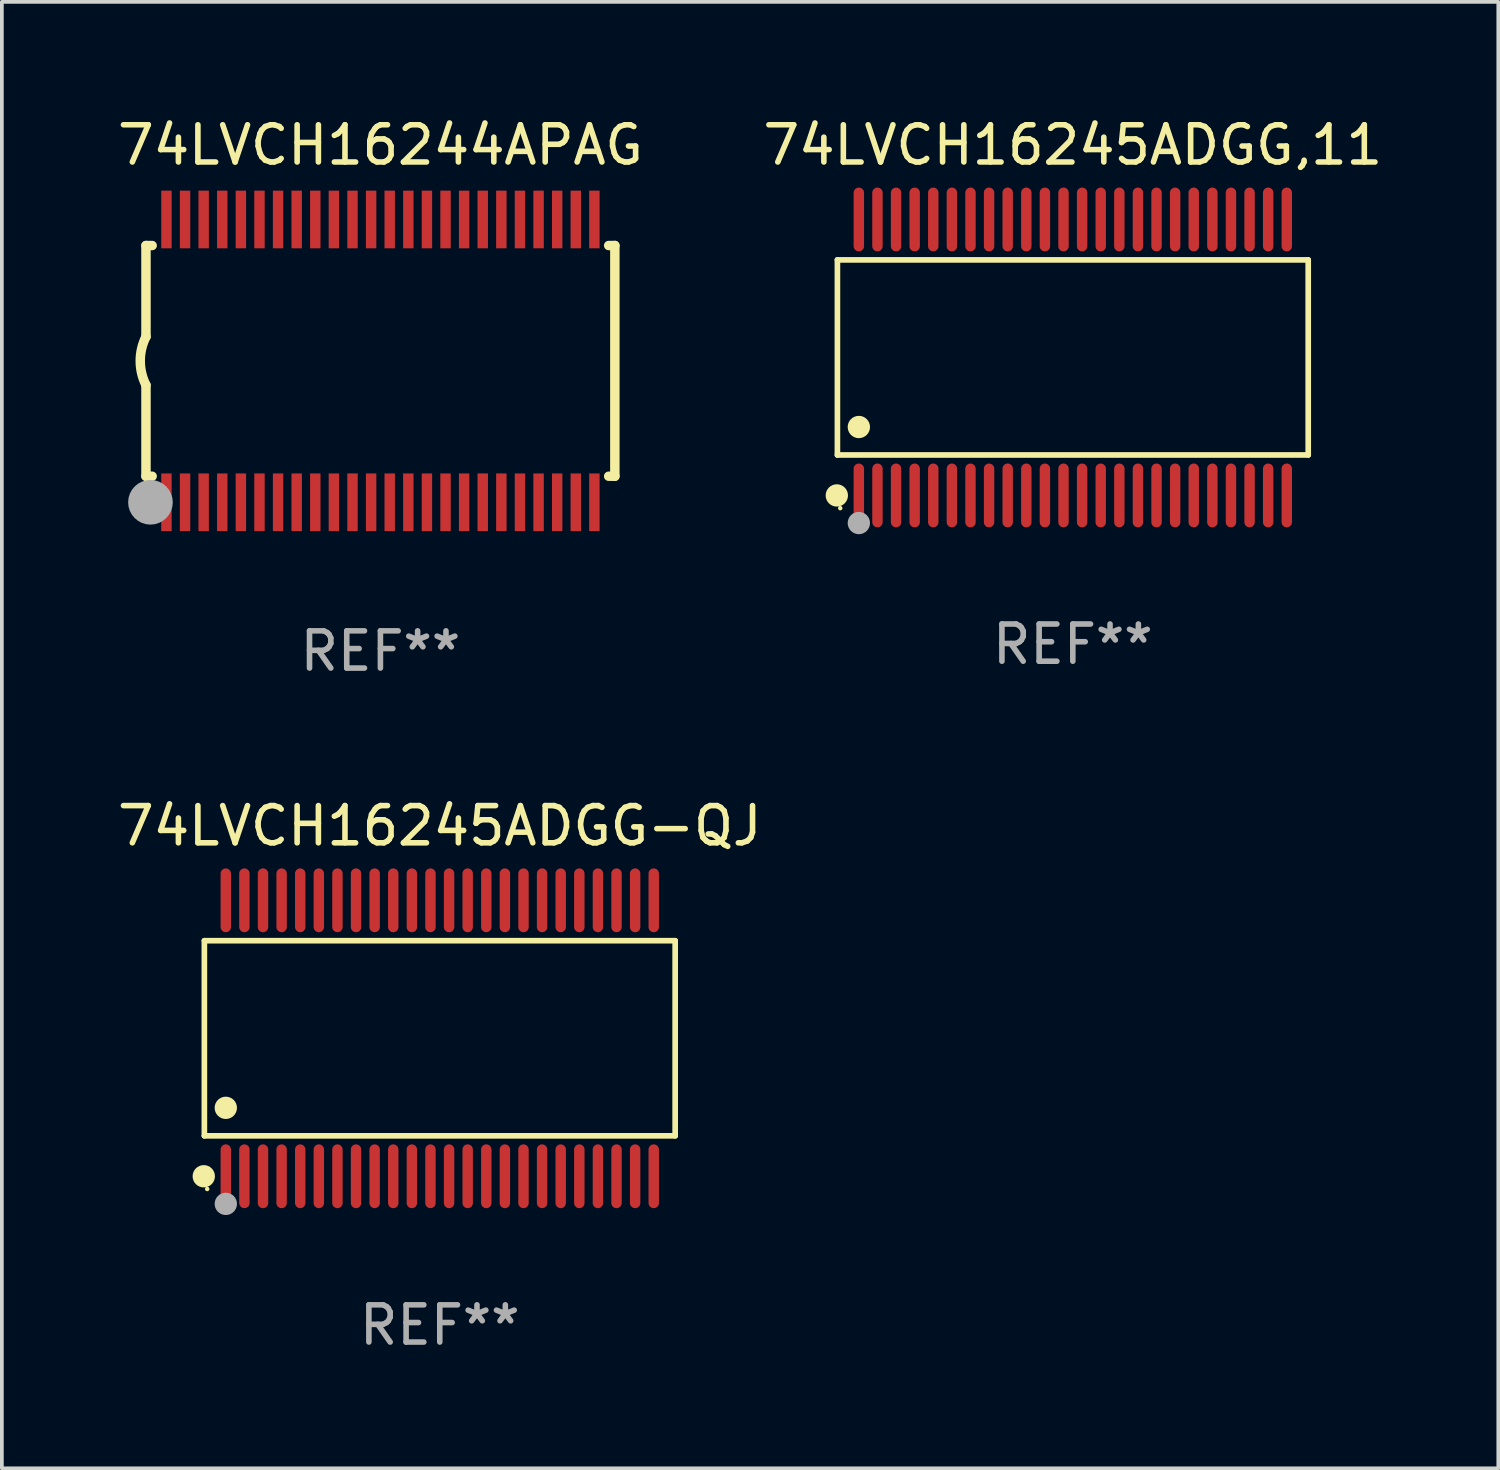
<source format=kicad_pcb>
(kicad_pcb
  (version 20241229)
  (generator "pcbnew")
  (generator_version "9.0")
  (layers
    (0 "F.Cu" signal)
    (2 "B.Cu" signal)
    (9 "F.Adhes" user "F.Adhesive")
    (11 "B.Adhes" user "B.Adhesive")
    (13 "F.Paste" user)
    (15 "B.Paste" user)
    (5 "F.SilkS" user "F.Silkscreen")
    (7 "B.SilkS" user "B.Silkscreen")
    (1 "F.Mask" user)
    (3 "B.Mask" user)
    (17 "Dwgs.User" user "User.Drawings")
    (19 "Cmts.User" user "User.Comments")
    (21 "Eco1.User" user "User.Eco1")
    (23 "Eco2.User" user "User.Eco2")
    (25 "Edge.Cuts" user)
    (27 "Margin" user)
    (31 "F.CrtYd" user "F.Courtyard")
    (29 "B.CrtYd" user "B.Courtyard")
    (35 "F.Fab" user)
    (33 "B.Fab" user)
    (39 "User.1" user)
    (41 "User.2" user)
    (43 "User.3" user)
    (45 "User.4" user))
  (footprint "74LVCH16245ADGG,11"
    (layer "F.Cu")
    (at 25.78 6.556)
    (property "Reference" "74LVCH16245ADGG,11" (at 0 -5.708 0) (layer "F.SilkS") (effects (font (size 1 1) (thickness 0.15))))
    (attr through_hole)
    (fp_line (start -6.326 -2.622) (end 6.326 -2.622) (stroke (width 0.152) (type solid)) (layer "F.SilkS"))
    (fp_line (start -6.326 2.621) (end -6.326 -2.622) (stroke (width 0.152) (type solid)) (layer "F.SilkS"))
    (fp_line (start 6.326 -2.622) (end 6.326 2.621) (stroke (width 0.152) (type solid)) (layer "F.SilkS"))
    (fp_line (start 6.326 2.621) (end -6.326 2.621) (stroke (width 0.152) (type solid)) (layer "F.SilkS"))
    (fp_circle (center -6.342 3.708) (end -6.192 3.708) (stroke (width 0.3) (type solid)) (fill no) (layer "F.SilkS"))
    (fp_circle (center -6.25 4.05) (end -6.22 4.05) (stroke (width 0.06) (type solid)) (fill no) (layer "F.SilkS"))
    (fp_circle (center -5.75 1.869) (end -5.6 1.869) (stroke (width 0.3) (type solid)) (fill no) (layer "F.SilkS"))
    (fp_circle (center -5.75 4.45) (end -5.6 4.45) (stroke (width 0.3) (type solid)) (fill no) (layer "F.Fab"))
    (fp_text user "REF**" (at 0 7.708 0) (layer "F.Fab") (effects (font (size 1 1) (thickness 0.15))))
    (pad "1" smd oval (at -5.75 3.708) (size 0.28 1.715) (layers "F.Cu" "F.Mask" "F.Paste"))
    (pad "2" smd oval (at -5.25 3.708) (size 0.28 1.715) (layers "F.Cu" "F.Mask" "F.Paste"))
    (pad "3" smd oval (at -4.75 3.708) (size 0.28 1.715) (layers "F.Cu" "F.Mask" "F.Paste"))
    (pad "4" smd oval (at -4.25 3.708) (size 0.28 1.715) (layers "F.Cu" "F.Mask" "F.Paste"))
    (pad "5" smd oval (at -3.75 3.708) (size 0.28 1.715) (layers "F.Cu" "F.Mask" "F.Paste"))
    (pad "6" smd oval (at -3.25 3.708) (size 0.28 1.715) (layers "F.Cu" "F.Mask" "F.Paste"))
    (pad "7" smd oval (at -2.75 3.708) (size 0.28 1.715) (layers "F.Cu" "F.Mask" "F.Paste"))
    (pad "8" smd oval (at -2.25 3.708) (size 0.28 1.715) (layers "F.Cu" "F.Mask" "F.Paste"))
    (pad "9" smd oval (at -1.75 3.708) (size 0.28 1.715) (layers "F.Cu" "F.Mask" "F.Paste"))
    (pad "10" smd oval (at -1.25 3.708) (size 0.28 1.715) (layers "F.Cu" "F.Mask" "F.Paste"))
    (pad "11" smd oval (at -0.75 3.708) (size 0.28 1.715) (layers "F.Cu" "F.Mask" "F.Paste"))
    (pad "12" smd oval (at -0.25 3.708) (size 0.28 1.715) (layers "F.Cu" "F.Mask" "F.Paste"))
    (pad "13" smd oval (at 0.25 3.708) (size 0.28 1.715) (layers "F.Cu" "F.Mask" "F.Paste"))
    (pad "14" smd oval (at 0.75 3.708) (size 0.28 1.715) (layers "F.Cu" "F.Mask" "F.Paste"))
    (pad "15" smd oval (at 1.25 3.708) (size 0.28 1.715) (layers "F.Cu" "F.Mask" "F.Paste"))
    (pad "16" smd oval (at 1.75 3.708) (size 0.28 1.715) (layers "F.Cu" "F.Mask" "F.Paste"))
    (pad "17" smd oval (at 2.25 3.708) (size 0.28 1.715) (layers "F.Cu" "F.Mask" "F.Paste"))
    (pad "18" smd oval (at 2.75 3.708) (size 0.28 1.715) (layers "F.Cu" "F.Mask" "F.Paste"))
    (pad "19" smd oval (at 3.25 3.708) (size 0.28 1.715) (layers "F.Cu" "F.Mask" "F.Paste"))
    (pad "20" smd oval (at 3.75 3.708) (size 0.28 1.715) (layers "F.Cu" "F.Mask" "F.Paste"))
    (pad "21" smd oval (at 4.25 3.708) (size 0.28 1.715) (layers "F.Cu" "F.Mask" "F.Paste"))
    (pad "22" smd oval (at 4.75 3.708) (size 0.28 1.715) (layers "F.Cu" "F.Mask" "F.Paste"))
    (pad "23" smd oval (at 5.25 3.708) (size 0.28 1.715) (layers "F.Cu" "F.Mask" "F.Paste"))
    (pad "24" smd oval (at 5.75 3.708) (size 0.28 1.715) (layers "F.Cu" "F.Mask" "F.Paste"))
    (pad "25" smd oval (at 5.75 -3.708) (size 0.28 1.715) (layers "F.Cu" "F.Mask" "F.Paste"))
    (pad "26" smd oval (at 5.25 -3.708) (size 0.28 1.715) (layers "F.Cu" "F.Mask" "F.Paste"))
    (pad "27" smd oval (at 4.75 -3.708) (size 0.28 1.715) (layers "F.Cu" "F.Mask" "F.Paste"))
    (pad "28" smd oval (at 4.25 -3.708) (size 0.28 1.715) (layers "F.Cu" "F.Mask" "F.Paste"))
    (pad "29" smd oval (at 3.75 -3.708) (size 0.28 1.715) (layers "F.Cu" "F.Mask" "F.Paste"))
    (pad "30" smd oval (at 3.25 -3.708) (size 0.28 1.715) (layers "F.Cu" "F.Mask" "F.Paste"))
    (pad "31" smd oval (at 2.75 -3.708) (size 0.28 1.715) (layers "F.Cu" "F.Mask" "F.Paste"))
    (pad "32" smd oval (at 2.25 -3.708) (size 0.28 1.715) (layers "F.Cu" "F.Mask" "F.Paste"))
    (pad "33" smd oval (at 1.75 -3.708) (size 0.28 1.715) (layers "F.Cu" "F.Mask" "F.Paste"))
    (pad "34" smd oval (at 1.25 -3.708) (size 0.28 1.715) (layers "F.Cu" "F.Mask" "F.Paste"))
    (pad "35" smd oval (at 0.75 -3.708) (size 0.28 1.715) (layers "F.Cu" "F.Mask" "F.Paste"))
    (pad "36" smd oval (at 0.25 -3.708) (size 0.28 1.715) (layers "F.Cu" "F.Mask" "F.Paste"))
    (pad "37" smd oval (at -0.25 -3.708) (size 0.28 1.715) (layers "F.Cu" "F.Mask" "F.Paste"))
    (pad "38" smd oval (at -0.75 -3.708) (size 0.28 1.715) (layers "F.Cu" "F.Mask" "F.Paste"))
    (pad "39" smd oval (at -1.25 -3.708) (size 0.28 1.715) (layers "F.Cu" "F.Mask" "F.Paste"))
    (pad "40" smd oval (at -1.75 -3.708) (size 0.28 1.715) (layers "F.Cu" "F.Mask" "F.Paste"))
    (pad "41" smd oval (at -2.25 -3.708) (size 0.28 1.715) (layers "F.Cu" "F.Mask" "F.Paste"))
    (pad "42" smd oval (at -2.75 -3.708) (size 0.28 1.715) (layers "F.Cu" "F.Mask" "F.Paste"))
    (pad "43" smd oval (at -3.25 -3.708) (size 0.28 1.715) (layers "F.Cu" "F.Mask" "F.Paste"))
    (pad "44" smd oval (at -3.75 -3.708) (size 0.28 1.715) (layers "F.Cu" "F.Mask" "F.Paste"))
    (pad "45" smd oval (at -4.25 -3.708) (size 0.28 1.715) (layers "F.Cu" "F.Mask" "F.Paste"))
    (pad "46" smd oval (at -4.75 -3.708) (size 0.28 1.715) (layers "F.Cu" "F.Mask" "F.Paste"))
    (pad "47" smd oval (at -5.25 -3.708) (size 0.28 1.715) (layers "F.Cu" "F.Mask" "F.Paste"))
    (pad "48" smd oval (at -5.75 -3.708) (size 0.28 1.715) (layers "F.Cu" "F.Mask" "F.Paste")))
  (footprint "74LVCH16245ADGG-QJ"
    (layer "F.Cu")
    (at 8.768 24.852)
    (property "Reference" "74LVCH16245ADGG-QJ" (at 0 -5.708 0) (layer "F.SilkS") (effects (font (size 1 1) (thickness 0.15))))
    (attr through_hole)
    (fp_line (start -6.326 -2.622) (end 6.326 -2.622) (stroke (width 0.152) (type solid)) (layer "F.SilkS"))
    (fp_line (start -6.326 2.621) (end -6.326 -2.622) (stroke (width 0.152) (type solid)) (layer "F.SilkS"))
    (fp_line (start 6.326 -2.622) (end 6.326 2.621) (stroke (width 0.152) (type solid)) (layer "F.SilkS"))
    (fp_line (start 6.326 2.621) (end -6.326 2.621) (stroke (width 0.152) (type solid)) (layer "F.SilkS"))
    (fp_circle (center -6.342 3.708) (end -6.192 3.708) (stroke (width 0.3) (type solid)) (fill no) (layer "F.SilkS"))
    (fp_circle (center -6.25 4.05) (end -6.22 4.05) (stroke (width 0.06) (type solid)) (fill no) (layer "F.SilkS"))
    (fp_circle (center -5.75 1.869) (end -5.6 1.869) (stroke (width 0.3) (type solid)) (fill no) (layer "F.SilkS"))
    (fp_circle (center -5.75 4.45) (end -5.6 4.45) (stroke (width 0.3) (type solid)) (fill no) (layer "F.Fab"))
    (fp_text user "REF**" (at 0 7.708 0) (layer "F.Fab") (effects (font (size 1 1) (thickness 0.15))))
    (pad "1" smd oval (at -5.75 3.708) (size 0.28 1.715) (layers "F.Cu" "F.Mask" "F.Paste"))
    (pad "2" smd oval (at -5.25 3.708) (size 0.28 1.715) (layers "F.Cu" "F.Mask" "F.Paste"))
    (pad "3" smd oval (at -4.75 3.708) (size 0.28 1.715) (layers "F.Cu" "F.Mask" "F.Paste"))
    (pad "4" smd oval (at -4.25 3.708) (size 0.28 1.715) (layers "F.Cu" "F.Mask" "F.Paste"))
    (pad "5" smd oval (at -3.75 3.708) (size 0.28 1.715) (layers "F.Cu" "F.Mask" "F.Paste"))
    (pad "6" smd oval (at -3.25 3.708) (size 0.28 1.715) (layers "F.Cu" "F.Mask" "F.Paste"))
    (pad "7" smd oval (at -2.75 3.708) (size 0.28 1.715) (layers "F.Cu" "F.Mask" "F.Paste"))
    (pad "8" smd oval (at -2.25 3.708) (size 0.28 1.715) (layers "F.Cu" "F.Mask" "F.Paste"))
    (pad "9" smd oval (at -1.75 3.708) (size 0.28 1.715) (layers "F.Cu" "F.Mask" "F.Paste"))
    (pad "10" smd oval (at -1.25 3.708) (size 0.28 1.715) (layers "F.Cu" "F.Mask" "F.Paste"))
    (pad "11" smd oval (at -0.75 3.708) (size 0.28 1.715) (layers "F.Cu" "F.Mask" "F.Paste"))
    (pad "12" smd oval (at -0.25 3.708) (size 0.28 1.715) (layers "F.Cu" "F.Mask" "F.Paste"))
    (pad "13" smd oval (at 0.25 3.708) (size 0.28 1.715) (layers "F.Cu" "F.Mask" "F.Paste"))
    (pad "14" smd oval (at 0.75 3.708) (size 0.28 1.715) (layers "F.Cu" "F.Mask" "F.Paste"))
    (pad "15" smd oval (at 1.25 3.708) (size 0.28 1.715) (layers "F.Cu" "F.Mask" "F.Paste"))
    (pad "16" smd oval (at 1.75 3.708) (size 0.28 1.715) (layers "F.Cu" "F.Mask" "F.Paste"))
    (pad "17" smd oval (at 2.25 3.708) (size 0.28 1.715) (layers "F.Cu" "F.Mask" "F.Paste"))
    (pad "18" smd oval (at 2.75 3.708) (size 0.28 1.715) (layers "F.Cu" "F.Mask" "F.Paste"))
    (pad "19" smd oval (at 3.25 3.708) (size 0.28 1.715) (layers "F.Cu" "F.Mask" "F.Paste"))
    (pad "20" smd oval (at 3.75 3.708) (size 0.28 1.715) (layers "F.Cu" "F.Mask" "F.Paste"))
    (pad "21" smd oval (at 4.25 3.708) (size 0.28 1.715) (layers "F.Cu" "F.Mask" "F.Paste"))
    (pad "22" smd oval (at 4.75 3.708) (size 0.28 1.715) (layers "F.Cu" "F.Mask" "F.Paste"))
    (pad "23" smd oval (at 5.25 3.708) (size 0.28 1.715) (layers "F.Cu" "F.Mask" "F.Paste"))
    (pad "24" smd oval (at 5.75 3.708) (size 0.28 1.715) (layers "F.Cu" "F.Mask" "F.Paste"))
    (pad "25" smd oval (at 5.75 -3.708) (size 0.28 1.715) (layers "F.Cu" "F.Mask" "F.Paste"))
    (pad "26" smd oval (at 5.25 -3.708) (size 0.28 1.715) (layers "F.Cu" "F.Mask" "F.Paste"))
    (pad "27" smd oval (at 4.75 -3.708) (size 0.28 1.715) (layers "F.Cu" "F.Mask" "F.Paste"))
    (pad "28" smd oval (at 4.25 -3.708) (size 0.28 1.715) (layers "F.Cu" "F.Mask" "F.Paste"))
    (pad "29" smd oval (at 3.75 -3.708) (size 0.28 1.715) (layers "F.Cu" "F.Mask" "F.Paste"))
    (pad "30" smd oval (at 3.25 -3.708) (size 0.28 1.715) (layers "F.Cu" "F.Mask" "F.Paste"))
    (pad "31" smd oval (at 2.75 -3.708) (size 0.28 1.715) (layers "F.Cu" "F.Mask" "F.Paste"))
    (pad "32" smd oval (at 2.25 -3.708) (size 0.28 1.715) (layers "F.Cu" "F.Mask" "F.Paste"))
    (pad "33" smd oval (at 1.75 -3.708) (size 0.28 1.715) (layers "F.Cu" "F.Mask" "F.Paste"))
    (pad "34" smd oval (at 1.25 -3.708) (size 0.28 1.715) (layers "F.Cu" "F.Mask" "F.Paste"))
    (pad "35" smd oval (at 0.75 -3.708) (size 0.28 1.715) (layers "F.Cu" "F.Mask" "F.Paste"))
    (pad "36" smd oval (at 0.25 -3.708) (size 0.28 1.715) (layers "F.Cu" "F.Mask" "F.Paste"))
    (pad "37" smd oval (at -0.25 -3.708) (size 0.28 1.715) (layers "F.Cu" "F.Mask" "F.Paste"))
    (pad "38" smd oval (at -0.75 -3.708) (size 0.28 1.715) (layers "F.Cu" "F.Mask" "F.Paste"))
    (pad "39" smd oval (at -1.25 -3.708) (size 0.28 1.715) (layers "F.Cu" "F.Mask" "F.Paste"))
    (pad "40" smd oval (at -1.75 -3.708) (size 0.28 1.715) (layers "F.Cu" "F.Mask" "F.Paste"))
    (pad "41" smd oval (at -2.25 -3.708) (size 0.28 1.715) (layers "F.Cu" "F.Mask" "F.Paste"))
    (pad "42" smd oval (at -2.75 -3.708) (size 0.28 1.715) (layers "F.Cu" "F.Mask" "F.Paste"))
    (pad "43" smd oval (at -3.25 -3.708) (size 0.28 1.715) (layers "F.Cu" "F.Mask" "F.Paste"))
    (pad "44" smd oval (at -3.75 -3.708) (size 0.28 1.715) (layers "F.Cu" "F.Mask" "F.Paste"))
    (pad "45" smd oval (at -4.25 -3.708) (size 0.28 1.715) (layers "F.Cu" "F.Mask" "F.Paste"))
    (pad "46" smd oval (at -4.75 -3.708) (size 0.28 1.715) (layers "F.Cu" "F.Mask" "F.Paste"))
    (pad "47" smd oval (at -5.25 -3.708) (size 0.28 1.715) (layers "F.Cu" "F.Mask" "F.Paste"))
    (pad "48" smd oval (at -5.75 -3.708) (size 0.28 1.715) (layers "F.Cu" "F.Mask" "F.Paste")))
  (footprint "74LVCH16244APAG"
    (layer "F.Cu")
    (at 7.173 6.648)
    (property "Reference" "74LVCH16244APAG" (at 0 -5.8 0) (layer "F.SilkS") (effects (font (size 1 1) (thickness 0.15))))
    (attr through_hole)
    (fp_line (start -6.3 -3.1) (end -6.3 -0.65) (stroke (width 0.254) (type solid)) (layer "F.SilkS"))
    (fp_line (start -6.3 -3.1) (end -6.134 -3.1) (stroke (width 0.254) (type solid)) (layer "F.SilkS"))
    (fp_line (start -6.3 3.1) (end -6.3 0.65) (stroke (width 0.254) (type solid)) (layer "F.SilkS"))
    (fp_line (start -6.3 3.1) (end -6.134 3.1) (stroke (width 0.254) (type solid)) (layer "F.SilkS"))
    (fp_line (start 6.134 -3.1) (end 6.3 -3.1) (stroke (width 0.254) (type solid)) (layer "F.SilkS"))
    (fp_line (start 6.134 3.1) (end 6.3 3.1) (stroke (width 0.254) (type solid)) (layer "F.SilkS"))
    (fp_line (start 6.3 -3.1) (end 6.3 3.1) (stroke (width 0.254) (type solid)) (layer "F.SilkS"))
    (fp_arc (start -6.301016 0.650114) (mid -6.45413 -0.000082) (end -6.3 -0.650038) (stroke (width 0.254001) (type solid)) (layer "F.SilkS"))
    (fp_circle (center -6.35 3.81) (end -6.223 3.81) (stroke (width 0.254) (type solid)) (fill no) (layer "F.SilkS"))
    (fp_circle (center -6.25 4.05) (end -6.22 4.05) (stroke (width 0.06) (type solid)) (fill no) (layer "F.SilkS"))
    (fp_circle (center -6.18 3.8) (end -5.88 3.8) (stroke (width 0.6) (type solid)) (fill no) (layer "F.Fab"))
    (fp_text user "REF**" (at 0 7.8 0) (layer "F.Fab") (effects (font (size 1 1) (thickness 0.15))))
    (pad "1" smd rect (at -5.75 3.8) (size 0.28 1.55) (layers "F.Cu" "F.Mask" "F.Paste"))
    (pad "2" smd rect (at -5.25 3.8) (size 0.28 1.55) (layers "F.Cu" "F.Mask" "F.Paste"))
    (pad "3" smd rect (at -4.75 3.8) (size 0.28 1.55) (layers "F.Cu" "F.Mask" "F.Paste"))
    (pad "4" smd rect (at -4.25 3.8) (size 0.28 1.55) (layers "F.Cu" "F.Mask" "F.Paste"))
    (pad "5" smd rect (at -3.75 3.8) (size 0.28 1.55) (layers "F.Cu" "F.Mask" "F.Paste"))
    (pad "6" smd rect (at -3.25 3.8) (size 0.28 1.55) (layers "F.Cu" "F.Mask" "F.Paste"))
    (pad "7" smd rect (at -2.75 3.8) (size 0.28 1.55) (layers "F.Cu" "F.Mask" "F.Paste"))
    (pad "8" smd rect (at -2.25 3.8) (size 0.28 1.55) (layers "F.Cu" "F.Mask" "F.Paste"))
    (pad "9" smd rect (at -1.75 3.8) (size 0.28 1.55) (layers "F.Cu" "F.Mask" "F.Paste"))
    (pad "10" smd rect (at -1.25 3.8) (size 0.28 1.55) (layers "F.Cu" "F.Mask" "F.Paste"))
    (pad "11" smd rect (at -0.75 3.8) (size 0.28 1.55) (layers "F.Cu" "F.Mask" "F.Paste"))
    (pad "12" smd rect (at -0.25 3.8) (size 0.28 1.55) (layers "F.Cu" "F.Mask" "F.Paste"))
    (pad "13" smd rect (at 0.25 3.8) (size 0.28 1.55) (layers "F.Cu" "F.Mask" "F.Paste"))
    (pad "14" smd rect (at 0.75 3.8) (size 0.28 1.55) (layers "F.Cu" "F.Mask" "F.Paste"))
    (pad "15" smd rect (at 1.25 3.8) (size 0.28 1.55) (layers "F.Cu" "F.Mask" "F.Paste"))
    (pad "16" smd rect (at 1.75 3.8) (size 0.28 1.55) (layers "F.Cu" "F.Mask" "F.Paste"))
    (pad "17" smd rect (at 2.25 3.8) (size 0.28 1.55) (layers "F.Cu" "F.Mask" "F.Paste"))
    (pad "18" smd rect (at 2.75 3.8) (size 0.28 1.55) (layers "F.Cu" "F.Mask" "F.Paste"))
    (pad "19" smd rect (at 3.25 3.8) (size 0.28 1.55) (layers "F.Cu" "F.Mask" "F.Paste"))
    (pad "20" smd rect (at 3.75 3.8) (size 0.28 1.55) (layers "F.Cu" "F.Mask" "F.Paste"))
    (pad "21" smd rect (at 4.25 3.8) (size 0.28 1.55) (layers "F.Cu" "F.Mask" "F.Paste"))
    (pad "22" smd rect (at 4.75 3.8) (size 0.28 1.55) (layers "F.Cu" "F.Mask" "F.Paste"))
    (pad "23" smd rect (at 5.25 3.8) (size 0.28 1.55) (layers "F.Cu" "F.Mask" "F.Paste"))
    (pad "24" smd rect (at 5.75 3.8) (size 0.28 1.55) (layers "F.Cu" "F.Mask" "F.Paste"))
    (pad "25" smd rect (at 5.75 -3.8) (size 0.28 1.55) (layers "F.Cu" "F.Mask" "F.Paste"))
    (pad "26" smd rect (at 5.25 -3.8) (size 0.28 1.55) (layers "F.Cu" "F.Mask" "F.Paste"))
    (pad "27" smd rect (at 4.75 -3.8) (size 0.28 1.55) (layers "F.Cu" "F.Mask" "F.Paste"))
    (pad "28" smd rect (at 4.25 -3.8) (size 0.28 1.55) (layers "F.Cu" "F.Mask" "F.Paste"))
    (pad "29" smd rect (at 3.75 -3.8) (size 0.28 1.55) (layers "F.Cu" "F.Mask" "F.Paste"))
    (pad "30" smd rect (at 3.25 -3.8) (size 0.28 1.55) (layers "F.Cu" "F.Mask" "F.Paste"))
    (pad "31" smd rect (at 2.75 -3.8) (size 0.28 1.55) (layers "F.Cu" "F.Mask" "F.Paste"))
    (pad "32" smd rect (at 2.25 -3.8) (size 0.28 1.55) (layers "F.Cu" "F.Mask" "F.Paste"))
    (pad "33" smd rect (at 1.75 -3.8) (size 0.28 1.55) (layers "F.Cu" "F.Mask" "F.Paste"))
    (pad "34" smd rect (at 1.25 -3.8) (size 0.28 1.55) (layers "F.Cu" "F.Mask" "F.Paste"))
    (pad "35" smd rect (at 0.75 -3.8) (size 0.28 1.55) (layers "F.Cu" "F.Mask" "F.Paste"))
    (pad "36" smd rect (at 0.25 -3.8) (size 0.28 1.55) (layers "F.Cu" "F.Mask" "F.Paste"))
    (pad "37" smd rect (at -0.25 -3.8) (size 0.28 1.55) (layers "F.Cu" "F.Mask" "F.Paste"))
    (pad "38" smd rect (at -0.75 -3.8) (size 0.28 1.55) (layers "F.Cu" "F.Mask" "F.Paste"))
    (pad "39" smd rect (at -1.25 -3.8) (size 0.28 1.55) (layers "F.Cu" "F.Mask" "F.Paste"))
    (pad "40" smd rect (at -1.75 -3.8) (size 0.28 1.55) (layers "F.Cu" "F.Mask" "F.Paste"))
    (pad "41" smd rect (at -2.25 -3.8) (size 0.28 1.55) (layers "F.Cu" "F.Mask" "F.Paste"))
    (pad "42" smd rect (at -2.75 -3.8) (size 0.28 1.55) (layers "F.Cu" "F.Mask" "F.Paste"))
    (pad "43" smd rect (at -3.25 -3.8) (size 0.28 1.55) (layers "F.Cu" "F.Mask" "F.Paste"))
    (pad "44" smd rect (at -3.75 -3.8) (size 0.28 1.55) (layers "F.Cu" "F.Mask" "F.Paste"))
    (pad "45" smd rect (at -4.25 -3.8) (size 0.28 1.55) (layers "F.Cu" "F.Mask" "F.Paste"))
    (pad "46" smd rect (at -4.75 -3.8) (size 0.28 1.55) (layers "F.Cu" "F.Mask" "F.Paste"))
    (pad "47" smd rect (at -5.25 -3.8) (size 0.28 1.55) (layers "F.Cu" "F.Mask" "F.Paste"))
    (pad "48" smd rect (at -5.75 -3.8) (size 0.28 1.55) (layers "F.Cu" "F.Mask" "F.Paste")))
  (gr_rect
    (start -3 -3)
    (end 37.214 36.408)
    (stroke (width 0.1) (type default))
    (fill no)
    (layer "Edge.Cuts")))
</source>
